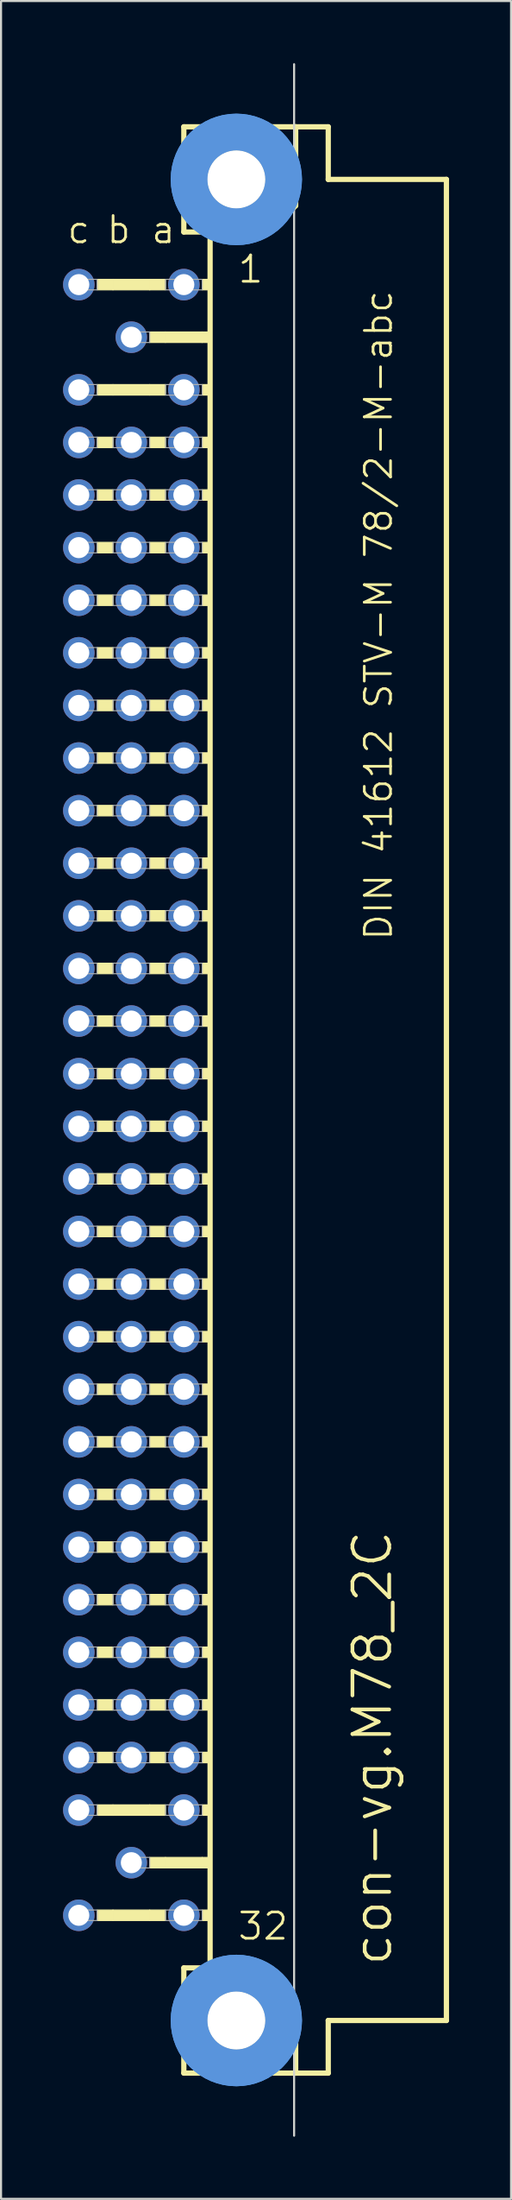
<source format=kicad_pcb>
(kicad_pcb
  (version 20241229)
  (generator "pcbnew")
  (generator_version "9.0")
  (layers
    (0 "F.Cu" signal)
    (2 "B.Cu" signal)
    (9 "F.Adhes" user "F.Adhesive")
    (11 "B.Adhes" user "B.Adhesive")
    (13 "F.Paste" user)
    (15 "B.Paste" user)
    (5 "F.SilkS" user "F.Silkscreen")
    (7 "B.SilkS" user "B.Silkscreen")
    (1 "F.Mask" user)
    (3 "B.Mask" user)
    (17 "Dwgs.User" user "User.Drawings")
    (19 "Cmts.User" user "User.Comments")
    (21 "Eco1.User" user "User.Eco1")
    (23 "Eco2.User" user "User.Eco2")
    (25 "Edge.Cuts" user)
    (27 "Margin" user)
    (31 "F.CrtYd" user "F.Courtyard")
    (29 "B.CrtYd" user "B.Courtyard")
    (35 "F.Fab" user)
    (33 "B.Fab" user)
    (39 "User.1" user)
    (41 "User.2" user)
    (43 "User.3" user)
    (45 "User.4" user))
  (footprint "con-vg.M78_2C"
    (layer "F.Cu")
    (at 8.382 50.063)
    (property "Reference" "con-vg.M78_2C" (at 7.62 41.91 90) (layer "F.SilkS") (effects (font (size 1.778 1.778) (thickness 0.18)) (justify left bottom)))
    (attr through_hole)
    (fp_line (start -2.54 -46.99) (end -2.54 -41.91) (stroke (width 0.254) (type default)) (layer "F.SilkS"))
    (fp_line (start -2.54 -41.91) (end -1.27 -41.91) (stroke (width 0.254) (type default)) (layer "F.SilkS"))
    (fp_line (start -2.54 41.91) (end -2.54 46.99) (stroke (width 0.254) (type default)) (layer "F.SilkS"))
    (fp_line (start -2.54 41.91) (end -1.27 41.91) (stroke (width 0.254) (type default)) (layer "F.SilkS"))
    (fp_line (start -2.54 46.99) (end 2.87 46.99) (stroke (width 0.254) (type default)) (layer "F.SilkS"))
    (fp_line (start -1.27 -41.91) (end -1.27 41.91) (stroke (width 0.254) (type default)) (layer "F.SilkS"))
    (fp_line (start -1.27 -41.91) (end 1.6 -41.91) (stroke (width 0.254) (type default)) (layer "F.SilkS"))
    (fp_line (start -1.27 41.91) (end 1.27 41.91) (stroke (width 0.254) (type default)) (layer "F.SilkS"))
    (fp_line (start 1.6 -41.91) (end 2.87 -43.18) (stroke (width 0.254) (type default)) (layer "F.SilkS"))
    (fp_line (start 2.87 -46.99) (end -2.54 -46.99) (stroke (width 0.254) (type default)) (layer "F.SilkS"))
    (fp_line (start 2.87 -43.18) (end 2.87 -46.99) (stroke (width 0.254) (type default)) (layer "F.SilkS"))
    (fp_line (start 2.87 43.51) (end 1.27 41.91) (stroke (width 0.254) (type default)) (layer "F.SilkS"))
    (fp_line (start 2.87 43.51) (end 2.87 46.99) (stroke (width 0.254) (type default)) (layer "F.SilkS"))
    (fp_line (start 2.87 46.99) (end 4.445 46.99) (stroke (width 0.254) (type default)) (layer "F.SilkS"))
    (fp_line (start 4.445 -46.99) (end 2.87 -46.99) (stroke (width 0.254) (type default)) (layer "F.SilkS"))
    (fp_line (start 4.445 -44.45) (end 4.445 -46.99) (stroke (width 0.254) (type default)) (layer "F.SilkS"))
    (fp_line (start 4.445 44.45) (end 10.16 44.45) (stroke (width 0.254) (type default)) (layer "F.SilkS"))
    (fp_line (start 4.445 46.99) (end 4.445 44.45) (stroke (width 0.254) (type default)) (layer "F.SilkS"))
    (fp_line (start 10.16 -44.45) (end 4.445 -44.45) (stroke (width 0.254) (type default)) (layer "F.SilkS"))
    (fp_line (start 10.16 44.45) (end 10.16 -44.45) (stroke (width 0.254) (type default)) (layer "F.SilkS"))
    (fp_rect (start -6.731 -39.116) (end -5.969 -39.624) (stroke (width 0.05) (type default)) (fill yes) (layer "F.SilkS"))
    (fp_rect (start -6.731 -34.036) (end -5.969 -34.544) (stroke (width 0.05) (type default)) (fill yes) (layer "F.SilkS"))
    (fp_rect (start -6.731 -31.496) (end -5.969 -32.004) (stroke (width 0.05) (type default)) (fill yes) (layer "F.SilkS"))
    (fp_rect (start -6.731 -28.956) (end -5.969 -29.464) (stroke (width 0.05) (type default)) (fill yes) (layer "F.SilkS"))
    (fp_rect (start -6.731 -26.416) (end -5.969 -26.924) (stroke (width 0.05) (type default)) (fill yes) (layer "F.SilkS"))
    (fp_rect (start -6.731 -23.876) (end -5.969 -24.384) (stroke (width 0.05) (type default)) (fill yes) (layer "F.SilkS"))
    (fp_rect (start -6.731 -21.336) (end -5.969 -21.844) (stroke (width 0.05) (type default)) (fill yes) (layer "F.SilkS"))
    (fp_rect (start -6.731 -18.796) (end -5.969 -19.304) (stroke (width 0.05) (type default)) (fill yes) (layer "F.SilkS"))
    (fp_rect (start -6.731 -16.256) (end -5.969 -16.764) (stroke (width 0.05) (type default)) (fill yes) (layer "F.SilkS"))
    (fp_rect (start -6.731 -13.716) (end -5.969 -14.224) (stroke (width 0.05) (type default)) (fill yes) (layer "F.SilkS"))
    (fp_rect (start -6.731 -11.176) (end -5.969 -11.684) (stroke (width 0.05) (type default)) (fill yes) (layer "F.SilkS"))
    (fp_rect (start -6.731 -8.636) (end -5.969 -9.144) (stroke (width 0.05) (type default)) (fill yes) (layer "F.SilkS"))
    (fp_rect (start -6.731 -6.096) (end -5.969 -6.604) (stroke (width 0.05) (type default)) (fill yes) (layer "F.SilkS"))
    (fp_rect (start -6.731 -3.556) (end -5.969 -4.064) (stroke (width 0.05) (type default)) (fill yes) (layer "F.SilkS"))
    (fp_rect (start -6.731 -1.016) (end -5.969 -1.524) (stroke (width 0.05) (type default)) (fill yes) (layer "F.SilkS"))
    (fp_rect (start -6.731 1.524) (end -5.969 1.016) (stroke (width 0.05) (type default)) (fill yes) (layer "F.SilkS"))
    (fp_rect (start -6.731 4.064) (end -5.969 3.556) (stroke (width 0.05) (type default)) (fill yes) (layer "F.SilkS"))
    (fp_rect (start -6.731 6.604) (end -5.969 6.096) (stroke (width 0.05) (type default)) (fill yes) (layer "F.SilkS"))
    (fp_rect (start -6.731 9.144) (end -5.969 8.636) (stroke (width 0.05) (type default)) (fill yes) (layer "F.SilkS"))
    (fp_rect (start -6.731 11.684) (end -5.969 11.176) (stroke (width 0.05) (type default)) (fill yes) (layer "F.SilkS"))
    (fp_rect (start -6.731 14.224) (end -5.969 13.716) (stroke (width 0.05) (type default)) (fill yes) (layer "F.SilkS"))
    (fp_rect (start -6.731 16.764) (end -5.969 16.256) (stroke (width 0.05) (type default)) (fill yes) (layer "F.SilkS"))
    (fp_rect (start -6.731 19.304) (end -5.969 18.796) (stroke (width 0.05) (type default)) (fill yes) (layer "F.SilkS"))
    (fp_rect (start -6.731 21.844) (end -5.969 21.336) (stroke (width 0.05) (type default)) (fill yes) (layer "F.SilkS"))
    (fp_rect (start -6.731 24.384) (end -5.969 23.876) (stroke (width 0.05) (type default)) (fill yes) (layer "F.SilkS"))
    (fp_rect (start -6.731 26.924) (end -5.969 26.416) (stroke (width 0.05) (type default)) (fill yes) (layer "F.SilkS"))
    (fp_rect (start -6.731 29.464) (end -5.969 28.956) (stroke (width 0.05) (type default)) (fill yes) (layer "F.SilkS"))
    (fp_rect (start -6.731 32.004) (end -5.969 31.496) (stroke (width 0.05) (type default)) (fill yes) (layer "F.SilkS"))
    (fp_rect (start -6.731 34.544) (end -5.969 34.036) (stroke (width 0.05) (type default)) (fill yes) (layer "F.SilkS"))
    (fp_rect (start -6.731 39.624) (end -5.969 39.116) (stroke (width 0.05) (type default)) (fill yes) (layer "F.SilkS"))
    (fp_rect (start -5.969 -39.116) (end -4.191 -39.624) (stroke (width 0.05) (type default)) (fill yes) (layer "F.SilkS"))
    (fp_rect (start -5.969 -34.036) (end -4.191 -34.544) (stroke (width 0.05) (type default)) (fill yes) (layer "F.SilkS"))
    (fp_rect (start -5.969 34.544) (end -4.191 34.036) (stroke (width 0.05) (type default)) (fill yes) (layer "F.SilkS"))
    (fp_rect (start -5.969 39.624) (end -4.191 39.116) (stroke (width 0.05) (type default)) (fill yes) (layer "F.SilkS"))
    (fp_rect (start -4.191 -39.116) (end -3.429 -39.624) (stroke (width 0.05) (type default)) (fill yes) (layer "F.SilkS"))
    (fp_rect (start -4.191 -36.576) (end -3.429 -37.084) (stroke (width 0.05) (type default)) (fill yes) (layer "F.SilkS"))
    (fp_rect (start -4.191 -34.036) (end -3.429 -34.544) (stroke (width 0.05) (type default)) (fill yes) (layer "F.SilkS"))
    (fp_rect (start -4.191 -31.496) (end -3.429 -32.004) (stroke (width 0.05) (type default)) (fill yes) (layer "F.SilkS"))
    (fp_rect (start -4.191 -28.956) (end -3.429 -29.464) (stroke (width 0.05) (type default)) (fill yes) (layer "F.SilkS"))
    (fp_rect (start -4.191 -26.416) (end -3.429 -26.924) (stroke (width 0.05) (type default)) (fill yes) (layer "F.SilkS"))
    (fp_rect (start -4.191 -23.876) (end -3.429 -24.384) (stroke (width 0.05) (type default)) (fill yes) (layer "F.SilkS"))
    (fp_rect (start -4.191 -21.336) (end -3.429 -21.844) (stroke (width 0.05) (type default)) (fill yes) (layer "F.SilkS"))
    (fp_rect (start -4.191 -18.796) (end -3.429 -19.304) (stroke (width 0.05) (type default)) (fill yes) (layer "F.SilkS"))
    (fp_rect (start -4.191 -16.256) (end -3.429 -16.764) (stroke (width 0.05) (type default)) (fill yes) (layer "F.SilkS"))
    (fp_rect (start -4.191 -13.716) (end -3.429 -14.224) (stroke (width 0.05) (type default)) (fill yes) (layer "F.SilkS"))
    (fp_rect (start -4.191 -11.176) (end -3.429 -11.684) (stroke (width 0.05) (type default)) (fill yes) (layer "F.SilkS"))
    (fp_rect (start -4.191 -8.636) (end -3.429 -9.144) (stroke (width 0.05) (type default)) (fill yes) (layer "F.SilkS"))
    (fp_rect (start -4.191 -6.096) (end -3.429 -6.604) (stroke (width 0.05) (type default)) (fill yes) (layer "F.SilkS"))
    (fp_rect (start -4.191 -3.556) (end -3.429 -4.064) (stroke (width 0.05) (type default)) (fill yes) (layer "F.SilkS"))
    (fp_rect (start -4.191 -1.016) (end -3.429 -1.524) (stroke (width 0.05) (type default)) (fill yes) (layer "F.SilkS"))
    (fp_rect (start -4.191 1.524) (end -3.429 1.016) (stroke (width 0.05) (type default)) (fill yes) (layer "F.SilkS"))
    (fp_rect (start -4.191 4.064) (end -3.429 3.556) (stroke (width 0.05) (type default)) (fill yes) (layer "F.SilkS"))
    (fp_rect (start -4.191 6.604) (end -3.429 6.096) (stroke (width 0.05) (type default)) (fill yes) (layer "F.SilkS"))
    (fp_rect (start -4.191 9.144) (end -3.429 8.636) (stroke (width 0.05) (type default)) (fill yes) (layer "F.SilkS"))
    (fp_rect (start -4.191 11.684) (end -3.429 11.176) (stroke (width 0.05) (type default)) (fill yes) (layer "F.SilkS"))
    (fp_rect (start -4.191 14.224) (end -3.429 13.716) (stroke (width 0.05) (type default)) (fill yes) (layer "F.SilkS"))
    (fp_rect (start -4.191 16.764) (end -3.429 16.256) (stroke (width 0.05) (type default)) (fill yes) (layer "F.SilkS"))
    (fp_rect (start -4.191 19.304) (end -3.429 18.796) (stroke (width 0.05) (type default)) (fill yes) (layer "F.SilkS"))
    (fp_rect (start -4.191 21.844) (end -3.429 21.336) (stroke (width 0.05) (type default)) (fill yes) (layer "F.SilkS"))
    (fp_rect (start -4.191 24.384) (end -3.429 23.876) (stroke (width 0.05) (type default)) (fill yes) (layer "F.SilkS"))
    (fp_rect (start -4.191 26.924) (end -3.429 26.416) (stroke (width 0.05) (type default)) (fill yes) (layer "F.SilkS"))
    (fp_rect (start -4.191 29.464) (end -3.429 28.956) (stroke (width 0.05) (type default)) (fill yes) (layer "F.SilkS"))
    (fp_rect (start -4.191 32.004) (end -3.429 31.496) (stroke (width 0.05) (type default)) (fill yes) (layer "F.SilkS"))
    (fp_rect (start -4.191 34.544) (end -3.429 34.036) (stroke (width 0.05) (type default)) (fill yes) (layer "F.SilkS"))
    (fp_rect (start -4.191 37.084) (end -3.429 36.576) (stroke (width 0.05) (type default)) (fill yes) (layer "F.SilkS"))
    (fp_rect (start -4.191 39.624) (end -3.429 39.116) (stroke (width 0.05) (type default)) (fill yes) (layer "F.SilkS"))
    (fp_rect (start -3.429 -36.576) (end -1.651 -37.084) (stroke (width 0.05) (type default)) (fill yes) (layer "F.SilkS"))
    (fp_rect (start -3.429 37.084) (end -1.651 36.576) (stroke (width 0.05) (type default)) (fill yes) (layer "F.SilkS"))
    (fp_rect (start -1.651 -39.116) (end -1.27 -39.624) (stroke (width 0.05) (type default)) (fill yes) (layer "F.SilkS"))
    (fp_rect (start -1.651 -36.576) (end -1.27 -37.084) (stroke (width 0.05) (type default)) (fill yes) (layer "F.SilkS"))
    (fp_rect (start -1.651 -34.036) (end -1.27 -34.544) (stroke (width 0.05) (type default)) (fill yes) (layer "F.SilkS"))
    (fp_rect (start -1.651 -31.496) (end -1.27 -32.004) (stroke (width 0.05) (type default)) (fill yes) (layer "F.SilkS"))
    (fp_rect (start -1.651 -28.956) (end -1.27 -29.464) (stroke (width 0.05) (type default)) (fill yes) (layer "F.SilkS"))
    (fp_rect (start -1.651 -26.416) (end -1.27 -26.924) (stroke (width 0.05) (type default)) (fill yes) (layer "F.SilkS"))
    (fp_rect (start -1.651 -23.876) (end -1.27 -24.384) (stroke (width 0.05) (type default)) (fill yes) (layer "F.SilkS"))
    (fp_rect (start -1.651 -21.336) (end -1.27 -21.844) (stroke (width 0.05) (type default)) (fill yes) (layer "F.SilkS"))
    (fp_rect (start -1.651 -18.796) (end -1.27 -19.304) (stroke (width 0.05) (type default)) (fill yes) (layer "F.SilkS"))
    (fp_rect (start -1.651 -16.256) (end -1.27 -16.764) (stroke (width 0.05) (type default)) (fill yes) (layer "F.SilkS"))
    (fp_rect (start -1.651 -13.716) (end -1.27 -14.224) (stroke (width 0.05) (type default)) (fill yes) (layer "F.SilkS"))
    (fp_rect (start -1.651 -11.176) (end -1.27 -11.684) (stroke (width 0.05) (type default)) (fill yes) (layer "F.SilkS"))
    (fp_rect (start -1.651 -8.636) (end -1.27 -9.144) (stroke (width 0.05) (type default)) (fill yes) (layer "F.SilkS"))
    (fp_rect (start -1.651 -6.096) (end -1.27 -6.604) (stroke (width 0.05) (type default)) (fill yes) (layer "F.SilkS"))
    (fp_rect (start -1.651 -3.556) (end -1.27 -4.064) (stroke (width 0.05) (type default)) (fill yes) (layer "F.SilkS"))
    (fp_rect (start -1.651 -1.016) (end -1.27 -1.524) (stroke (width 0.05) (type default)) (fill yes) (layer "F.SilkS"))
    (fp_rect (start -1.651 1.524) (end -1.27 1.016) (stroke (width 0.05) (type default)) (fill yes) (layer "F.SilkS"))
    (fp_rect (start -1.651 4.064) (end -1.27 3.556) (stroke (width 0.05) (type default)) (fill yes) (layer "F.SilkS"))
    (fp_rect (start -1.651 6.604) (end -1.27 6.096) (stroke (width 0.05) (type default)) (fill yes) (layer "F.SilkS"))
    (fp_rect (start -1.651 9.144) (end -1.27 8.636) (stroke (width 0.05) (type default)) (fill yes) (layer "F.SilkS"))
    (fp_rect (start -1.651 11.684) (end -1.27 11.176) (stroke (width 0.05) (type default)) (fill yes) (layer "F.SilkS"))
    (fp_rect (start -1.651 14.224) (end -1.27 13.716) (stroke (width 0.05) (type default)) (fill yes) (layer "F.SilkS"))
    (fp_rect (start -1.651 16.764) (end -1.27 16.256) (stroke (width 0.05) (type default)) (fill yes) (layer "F.SilkS"))
    (fp_rect (start -1.651 19.304) (end -1.27 18.796) (stroke (width 0.05) (type default)) (fill yes) (layer "F.SilkS"))
    (fp_rect (start -1.651 21.844) (end -1.27 21.336) (stroke (width 0.05) (type default)) (fill yes) (layer "F.SilkS"))
    (fp_rect (start -1.651 24.384) (end -1.27 23.876) (stroke (width 0.05) (type default)) (fill yes) (layer "F.SilkS"))
    (fp_rect (start -1.651 26.924) (end -1.27 26.416) (stroke (width 0.05) (type default)) (fill yes) (layer "F.SilkS"))
    (fp_rect (start -1.651 29.464) (end -1.27 28.956) (stroke (width 0.05) (type default)) (fill yes) (layer "F.SilkS"))
    (fp_rect (start -1.651 32.004) (end -1.27 31.496) (stroke (width 0.05) (type default)) (fill yes) (layer "F.SilkS"))
    (fp_rect (start -1.651 34.544) (end -1.27 34.036) (stroke (width 0.05) (type default)) (fill yes) (layer "F.SilkS"))
    (fp_rect (start -1.651 37.084) (end -1.27 36.576) (stroke (width 0.05) (type default)) (fill yes) (layer "F.SilkS"))
    (fp_rect (start -1.651 39.624) (end -1.27 39.116) (stroke (width 0.05) (type default)) (fill yes) (layer "F.SilkS"))
    (fp_circle (center 0 -44.45) (end 1.27 -44.45) (stroke (width 0.254) (type default)) (fill no) (layer "F.SilkS"))
    (fp_circle (center 0 44.45) (end 1.27 44.45) (stroke (width 0.254) (type default)) (fill no) (layer "F.SilkS"))
    (fp_circle (center 0 -44.45) (end 2.286 -44.45) (stroke (width 1.778) (type default)) (fill no) (layer "Cmts.User"))
    (fp_circle (center 0 -44.45) (end 2.286 -44.45) (stroke (width 1.778) (type default)) (fill no) (layer "Cmts.User"))
    (fp_circle (center 0 44.45) (end 2.286 44.45) (stroke (width 1.778) (type default)) (fill no) (layer "Cmts.User"))
    (fp_circle (center 0 44.45) (end 2.286 44.45) (stroke (width 1.778) (type default)) (fill no) (layer "Cmts.User"))
    (fp_line (start 2.794 50.013) (end 2.794 -50.013) (stroke (width 0.1) (type default)) (layer "Edge.Cuts"))
    (fp_rect (start -7.874 -39.116) (end -6.731 -39.624) (stroke (width 0.05) (type default)) (fill no) (layer "F.Fab"))
    (fp_rect (start -7.874 -34.036) (end -6.731 -34.544) (stroke (width 0.05) (type default)) (fill no) (layer "F.Fab"))
    (fp_rect (start -7.874 -31.496) (end -6.731 -32.004) (stroke (width 0.05) (type default)) (fill no) (layer "F.Fab"))
    (fp_rect (start -7.874 -28.956) (end -6.731 -29.464) (stroke (width 0.05) (type default)) (fill no) (layer "F.Fab"))
    (fp_rect (start -7.874 -26.416) (end -6.731 -26.924) (stroke (width 0.05) (type default)) (fill no) (layer "F.Fab"))
    (fp_rect (start -7.874 -23.876) (end -6.731 -24.384) (stroke (width 0.05) (type default)) (fill no) (layer "F.Fab"))
    (fp_rect (start -7.874 -21.336) (end -6.731 -21.844) (stroke (width 0.05) (type default)) (fill no) (layer "F.Fab"))
    (fp_rect (start -7.874 -18.796) (end -6.731 -19.304) (stroke (width 0.05) (type default)) (fill no) (layer "F.Fab"))
    (fp_rect (start -7.874 -16.256) (end -6.731 -16.764) (stroke (width 0.05) (type default)) (fill no) (layer "F.Fab"))
    (fp_rect (start -7.874 -13.716) (end -6.731 -14.224) (stroke (width 0.05) (type default)) (fill no) (layer "F.Fab"))
    (fp_rect (start -7.874 -11.176) (end -6.731 -11.684) (stroke (width 0.05) (type default)) (fill no) (layer "F.Fab"))
    (fp_rect (start -7.874 -8.636) (end -6.731 -9.144) (stroke (width 0.05) (type default)) (fill no) (layer "F.Fab"))
    (fp_rect (start -7.874 -6.096) (end -6.731 -6.604) (stroke (width 0.05) (type default)) (fill no) (layer "F.Fab"))
    (fp_rect (start -7.874 -3.556) (end -6.731 -4.064) (stroke (width 0.05) (type default)) (fill no) (layer "F.Fab"))
    (fp_rect (start -7.874 -1.016) (end -6.731 -1.524) (stroke (width 0.05) (type default)) (fill no) (layer "F.Fab"))
    (fp_rect (start -7.874 1.524) (end -6.731 1.016) (stroke (width 0.05) (type default)) (fill no) (layer "F.Fab"))
    (fp_rect (start -7.874 4.064) (end -6.731 3.556) (stroke (width 0.05) (type default)) (fill no) (layer "F.Fab"))
    (fp_rect (start -7.874 6.604) (end -6.731 6.096) (stroke (width 0.05) (type default)) (fill no) (layer "F.Fab"))
    (fp_rect (start -7.874 9.144) (end -6.731 8.636) (stroke (width 0.05) (type default)) (fill no) (layer "F.Fab"))
    (fp_rect (start -7.874 11.684) (end -6.731 11.176) (stroke (width 0.05) (type default)) (fill no) (layer "F.Fab"))
    (fp_rect (start -7.874 14.224) (end -6.731 13.716) (stroke (width 0.05) (type default)) (fill no) (layer "F.Fab"))
    (fp_rect (start -7.874 16.764) (end -6.731 16.256) (stroke (width 0.05) (type default)) (fill no) (layer "F.Fab"))
    (fp_rect (start -7.874 19.304) (end -6.731 18.796) (stroke (width 0.05) (type default)) (fill no) (layer "F.Fab"))
    (fp_rect (start -7.874 21.844) (end -6.731 21.336) (stroke (width 0.05) (type default)) (fill no) (layer "F.Fab"))
    (fp_rect (start -7.874 24.384) (end -6.731 23.876) (stroke (width 0.05) (type default)) (fill no) (layer "F.Fab"))
    (fp_rect (start -7.874 26.924) (end -6.731 26.416) (stroke (width 0.05) (type default)) (fill no) (layer "F.Fab"))
    (fp_rect (start -7.874 29.464) (end -6.731 28.956) (stroke (width 0.05) (type default)) (fill no) (layer "F.Fab"))
    (fp_rect (start -7.874 32.004) (end -6.731 31.496) (stroke (width 0.05) (type default)) (fill no) (layer "F.Fab"))
    (fp_rect (start -7.874 34.544) (end -6.731 34.036) (stroke (width 0.05) (type default)) (fill no) (layer "F.Fab"))
    (fp_rect (start -7.874 39.624) (end -6.731 39.116) (stroke (width 0.05) (type default)) (fill no) (layer "F.Fab"))
    (fp_rect (start -5.969 -31.496) (end -4.191 -32.004) (stroke (width 0.05) (type default)) (fill no) (layer "F.Fab"))
    (fp_rect (start -5.969 -28.956) (end -4.191 -29.464) (stroke (width 0.05) (type default)) (fill no) (layer "F.Fab"))
    (fp_rect (start -5.969 -26.416) (end -4.191 -26.924) (stroke (width 0.05) (type default)) (fill no) (layer "F.Fab"))
    (fp_rect (start -5.969 -23.876) (end -4.191 -24.384) (stroke (width 0.05) (type default)) (fill no) (layer "F.Fab"))
    (fp_rect (start -5.969 -21.336) (end -4.191 -21.844) (stroke (width 0.05) (type default)) (fill no) (layer "F.Fab"))
    (fp_rect (start -5.969 -18.796) (end -4.191 -19.304) (stroke (width 0.05) (type default)) (fill no) (layer "F.Fab"))
    (fp_rect (start -5.969 -16.256) (end -4.191 -16.764) (stroke (width 0.05) (type default)) (fill no) (layer "F.Fab"))
    (fp_rect (start -5.969 -13.716) (end -4.191 -14.224) (stroke (width 0.05) (type default)) (fill no) (layer "F.Fab"))
    (fp_rect (start -5.969 -11.176) (end -4.191 -11.684) (stroke (width 0.05) (type default)) (fill no) (layer "F.Fab"))
    (fp_rect (start -5.969 -8.636) (end -4.191 -9.144) (stroke (width 0.05) (type default)) (fill no) (layer "F.Fab"))
    (fp_rect (start -5.969 -6.096) (end -4.191 -6.604) (stroke (width 0.05) (type default)) (fill no) (layer "F.Fab"))
    (fp_rect (start -5.969 -3.556) (end -4.191 -4.064) (stroke (width 0.05) (type default)) (fill no) (layer "F.Fab"))
    (fp_rect (start -5.969 -1.016) (end -4.191 -1.524) (stroke (width 0.05) (type default)) (fill no) (layer "F.Fab"))
    (fp_rect (start -5.969 1.524) (end -4.191 1.016) (stroke (width 0.05) (type default)) (fill no) (layer "F.Fab"))
    (fp_rect (start -5.969 4.064) (end -4.191 3.556) (stroke (width 0.05) (type default)) (fill no) (layer "F.Fab"))
    (fp_rect (start -5.969 6.604) (end -4.191 6.096) (stroke (width 0.05) (type default)) (fill no) (layer "F.Fab"))
    (fp_rect (start -5.969 9.144) (end -4.191 8.636) (stroke (width 0.05) (type default)) (fill no) (layer "F.Fab"))
    (fp_rect (start -5.969 11.684) (end -4.191 11.176) (stroke (width 0.05) (type default)) (fill no) (layer "F.Fab"))
    (fp_rect (start -5.969 14.224) (end -4.191 13.716) (stroke (width 0.05) (type default)) (fill no) (layer "F.Fab"))
    (fp_rect (start -5.969 16.764) (end -4.191 16.256) (stroke (width 0.05) (type default)) (fill no) (layer "F.Fab"))
    (fp_rect (start -5.969 19.304) (end -4.191 18.796) (stroke (width 0.05) (type default)) (fill no) (layer "F.Fab"))
    (fp_rect (start -5.969 21.844) (end -4.191 21.336) (stroke (width 0.05) (type default)) (fill no) (layer "F.Fab"))
    (fp_rect (start -5.969 24.384) (end -4.191 23.876) (stroke (width 0.05) (type default)) (fill no) (layer "F.Fab"))
    (fp_rect (start -5.969 26.924) (end -4.191 26.416) (stroke (width 0.05) (type default)) (fill no) (layer "F.Fab"))
    (fp_rect (start -5.969 29.464) (end -4.191 28.956) (stroke (width 0.05) (type default)) (fill no) (layer "F.Fab"))
    (fp_rect (start -5.969 32.004) (end -4.191 31.496) (stroke (width 0.05) (type default)) (fill no) (layer "F.Fab"))
    (fp_rect (start -5.334 -36.576) (end -4.191 -37.084) (stroke (width 0.05) (type default)) (fill no) (layer "F.Fab"))
    (fp_rect (start -5.334 37.084) (end -4.191 36.576) (stroke (width 0.05) (type default)) (fill no) (layer "F.Fab"))
    (fp_rect (start -3.429 -39.116) (end -1.651 -39.624) (stroke (width 0.05) (type default)) (fill no) (layer "F.Fab"))
    (fp_rect (start -3.429 -34.036) (end -1.651 -34.544) (stroke (width 0.05) (type default)) (fill no) (layer "F.Fab"))
    (fp_rect (start -3.429 -31.496) (end -1.651 -32.004) (stroke (width 0.05) (type default)) (fill no) (layer "F.Fab"))
    (fp_rect (start -3.429 -28.956) (end -1.651 -29.464) (stroke (width 0.05) (type default)) (fill no) (layer "F.Fab"))
    (fp_rect (start -3.429 -26.416) (end -1.651 -26.924) (stroke (width 0.05) (type default)) (fill no) (layer "F.Fab"))
    (fp_rect (start -3.429 -23.876) (end -1.651 -24.384) (stroke (width 0.05) (type default)) (fill no) (layer "F.Fab"))
    (fp_rect (start -3.429 -21.336) (end -1.651 -21.844) (stroke (width 0.05) (type default)) (fill no) (layer "F.Fab"))
    (fp_rect (start -3.429 -18.796) (end -1.651 -19.304) (stroke (width 0.05) (type default)) (fill no) (layer "F.Fab"))
    (fp_rect (start -3.429 -16.256) (end -1.651 -16.764) (stroke (width 0.05) (type default)) (fill no) (layer "F.Fab"))
    (fp_rect (start -3.429 -13.716) (end -1.651 -14.224) (stroke (width 0.05) (type default)) (fill no) (layer "F.Fab"))
    (fp_rect (start -3.429 -11.176) (end -1.651 -11.684) (stroke (width 0.05) (type default)) (fill no) (layer "F.Fab"))
    (fp_rect (start -3.429 -8.636) (end -1.651 -9.144) (stroke (width 0.05) (type default)) (fill no) (layer "F.Fab"))
    (fp_rect (start -3.429 -6.096) (end -1.651 -6.604) (stroke (width 0.05) (type default)) (fill no) (layer "F.Fab"))
    (fp_rect (start -3.429 -3.556) (end -1.651 -4.064) (stroke (width 0.05) (type default)) (fill no) (layer "F.Fab"))
    (fp_rect (start -3.429 -1.016) (end -1.651 -1.524) (stroke (width 0.05) (type default)) (fill no) (layer "F.Fab"))
    (fp_rect (start -3.429 1.524) (end -1.651 1.016) (stroke (width 0.05) (type default)) (fill no) (layer "F.Fab"))
    (fp_rect (start -3.429 4.064) (end -1.651 3.556) (stroke (width 0.05) (type default)) (fill no) (layer "F.Fab"))
    (fp_rect (start -3.429 6.604) (end -1.651 6.096) (stroke (width 0.05) (type default)) (fill no) (layer "F.Fab"))
    (fp_rect (start -3.429 9.144) (end -1.651 8.636) (stroke (width 0.05) (type default)) (fill no) (layer "F.Fab"))
    (fp_rect (start -3.429 11.684) (end -1.651 11.176) (stroke (width 0.05) (type default)) (fill no) (layer "F.Fab"))
    (fp_rect (start -3.429 14.224) (end -1.651 13.716) (stroke (width 0.05) (type default)) (fill no) (layer "F.Fab"))
    (fp_rect (start -3.429 16.764) (end -1.651 16.256) (stroke (width 0.05) (type default)) (fill no) (layer "F.Fab"))
    (fp_rect (start -3.429 19.304) (end -1.651 18.796) (stroke (width 0.05) (type default)) (fill no) (layer "F.Fab"))
    (fp_rect (start -3.429 21.844) (end -1.651 21.336) (stroke (width 0.05) (type default)) (fill no) (layer "F.Fab"))
    (fp_rect (start -3.429 24.384) (end -1.651 23.876) (stroke (width 0.05) (type default)) (fill no) (layer "F.Fab"))
    (fp_rect (start -3.429 26.924) (end -1.651 26.416) (stroke (width 0.05) (type default)) (fill no) (layer "F.Fab"))
    (fp_rect (start -3.429 29.464) (end -1.651 28.956) (stroke (width 0.05) (type default)) (fill no) (layer "F.Fab"))
    (fp_rect (start -3.429 32.004) (end -1.651 31.496) (stroke (width 0.05) (type default)) (fill no) (layer "F.Fab"))
    (fp_rect (start -3.429 34.544) (end -1.651 34.036) (stroke (width 0.05) (type default)) (fill no) (layer "F.Fab"))
    (fp_rect (start -3.429 39.624) (end -1.651 39.116) (stroke (width 0.05) (type default)) (fill no) (layer "F.Fab"))
    (fp_text user "a" (at -4.191 -41.275 0) (layer "F.SilkS") (effects (font (size 1.27 1.27) (thickness 0.13)) (justify left bottom)))
    (fp_text user "DIN 41612 STV-M 78/2-M-abc" (at 7.62 -7.62 90) (layer "F.SilkS") (effects (font (size 1.27 1.27) (thickness 0.13)) (justify left bottom)))
    (fp_text user "b" (at -6.35 -41.275 0) (layer "F.SilkS") (effects (font (size 1.27 1.27) (thickness 0.13)) (justify left bottom)))
    (fp_text user "1" (at 0 -39.37 0) (layer "F.SilkS") (effects (font (size 1.27 1.27) (thickness 0.13)) (justify left bottom)))
    (fp_text user "32" (at 0 40.64 0) (layer "F.SilkS") (effects (font (size 1.27 1.27) (thickness 0.13)) (justify left bottom)))
    (fp_text user "c" (at -8.255 -41.275 0) (layer "F.SilkS") (effects (font (size 1.27 1.27) (thickness 0.13)) (justify left bottom)))
    (pad "" np_thru_hole circle (at 0 -44.45) (size 2.794 2.794) (drill 2.794) (layers "*.Cu" "*.Mask"))
    (pad "" np_thru_hole circle (at 0 44.45) (size 2.794 2.794) (drill 2.794) (layers "*.Cu" "*.Mask"))
    (pad "A1" thru_hole circle (at -2.54 -39.37) (size 1.524 1.524) (drill 1.016) (layers "*.Cu" "*.Mask"))
    (pad "A3" thru_hole circle (at -2.54 -34.29) (size 1.524 1.524) (drill 1.016) (layers "*.Cu" "*.Mask"))
    (pad "A4" thru_hole circle (at -2.54 -31.75) (size 1.524 1.524) (drill 1.016) (layers "*.Cu" "*.Mask"))
    (pad "A5" thru_hole circle (at -2.54 -29.21) (size 1.524 1.524) (drill 1.016) (layers "*.Cu" "*.Mask"))
    (pad "A6" thru_hole circle (at -2.54 -26.67) (size 1.524 1.524) (drill 1.016) (layers "*.Cu" "*.Mask"))
    (pad "A7" thru_hole circle (at -2.54 -24.13) (size 1.524 1.524) (drill 1.016) (layers "*.Cu" "*.Mask"))
    (pad "A8" thru_hole circle (at -2.54 -21.59) (size 1.524 1.524) (drill 1.016) (layers "*.Cu" "*.Mask"))
    (pad "A9" thru_hole circle (at -2.54 -19.05) (size 1.524 1.524) (drill 1.016) (layers "*.Cu" "*.Mask"))
    (pad "A10" thru_hole circle (at -2.54 -16.51) (size 1.524 1.524) (drill 1.016) (layers "*.Cu" "*.Mask"))
    (pad "A11" thru_hole circle (at -2.54 -13.97) (size 1.524 1.524) (drill 1.016) (layers "*.Cu" "*.Mask"))
    (pad "A12" thru_hole circle (at -2.54 -11.43) (size 1.524 1.524) (drill 1.016) (layers "*.Cu" "*.Mask"))
    (pad "A13" thru_hole circle (at -2.54 -8.89) (size 1.524 1.524) (drill 1.016) (layers "*.Cu" "*.Mask"))
    (pad "A14" thru_hole circle (at -2.54 -6.35) (size 1.524 1.524) (drill 1.016) (layers "*.Cu" "*.Mask"))
    (pad "A15" thru_hole circle (at -2.54 -3.81) (size 1.524 1.524) (drill 1.016) (layers "*.Cu" "*.Mask"))
    (pad "A16" thru_hole circle (at -2.54 -1.27) (size 1.524 1.524) (drill 1.016) (layers "*.Cu" "*.Mask"))
    (pad "A17" thru_hole circle (at -2.54 1.27) (size 1.524 1.524) (drill 1.016) (layers "*.Cu" "*.Mask"))
    (pad "A18" thru_hole circle (at -2.54 3.81) (size 1.524 1.524) (drill 1.016) (layers "*.Cu" "*.Mask"))
    (pad "A19" thru_hole circle (at -2.54 6.35) (size 1.524 1.524) (drill 1.016) (layers "*.Cu" "*.Mask"))
    (pad "A20" thru_hole circle (at -2.54 8.89) (size 1.524 1.524) (drill 1.016) (layers "*.Cu" "*.Mask"))
    (pad "A21" thru_hole circle (at -2.54 11.43) (size 1.524 1.524) (drill 1.016) (layers "*.Cu" "*.Mask"))
    (pad "A22" thru_hole circle (at -2.54 13.97) (size 1.524 1.524) (drill 1.016) (layers "*.Cu" "*.Mask"))
    (pad "A23" thru_hole circle (at -2.54 16.51) (size 1.524 1.524) (drill 1.016) (layers "*.Cu" "*.Mask"))
    (pad "A24" thru_hole circle (at -2.54 19.05) (size 1.524 1.524) (drill 1.016) (layers "*.Cu" "*.Mask"))
    (pad "A25" thru_hole circle (at -2.54 21.59) (size 1.524 1.524) (drill 1.016) (layers "*.Cu" "*.Mask"))
    (pad "A26" thru_hole circle (at -2.54 24.13) (size 1.524 1.524) (drill 1.016) (layers "*.Cu" "*.Mask"))
    (pad "A27" thru_hole circle (at -2.54 26.67) (size 1.524 1.524) (drill 1.016) (layers "*.Cu" "*.Mask"))
    (pad "A28" thru_hole circle (at -2.54 29.21) (size 1.524 1.524) (drill 1.016) (layers "*.Cu" "*.Mask"))
    (pad "A29" thru_hole circle (at -2.54 31.75) (size 1.524 1.524) (drill 1.016) (layers "*.Cu" "*.Mask"))
    (pad "A30" thru_hole circle (at -2.54 34.29) (size 1.524 1.524) (drill 1.016) (layers "*.Cu" "*.Mask"))
    (pad "A32" thru_hole circle (at -2.54 39.37) (size 1.524 1.524) (drill 1.016) (layers "*.Cu" "*.Mask"))
    (pad "B2" thru_hole circle (at -5.08 -36.83) (size 1.524 1.524) (drill 1.016) (layers "*.Cu" "*.Mask"))
    (pad "B4" thru_hole circle (at -5.08 -31.75) (size 1.524 1.524) (drill 1.016) (layers "*.Cu" "*.Mask"))
    (pad "B5" thru_hole circle (at -5.08 -29.21) (size 1.524 1.524) (drill 1.016) (layers "*.Cu" "*.Mask"))
    (pad "B6" thru_hole circle (at -5.08 -26.67) (size 1.524 1.524) (drill 1.016) (layers "*.Cu" "*.Mask"))
    (pad "B7" thru_hole circle (at -5.08 -24.13) (size 1.524 1.524) (drill 1.016) (layers "*.Cu" "*.Mask"))
    (pad "B8" thru_hole circle (at -5.08 -21.59) (size 1.524 1.524) (drill 1.016) (layers "*.Cu" "*.Mask"))
    (pad "B9" thru_hole circle (at -5.08 -19.05) (size 1.524 1.524) (drill 1.016) (layers "*.Cu" "*.Mask"))
    (pad "B10" thru_hole circle (at -5.08 -16.51) (size 1.524 1.524) (drill 1.016) (layers "*.Cu" "*.Mask"))
    (pad "B11" thru_hole circle (at -5.08 -13.97) (size 1.524 1.524) (drill 1.016) (layers "*.Cu" "*.Mask"))
    (pad "B12" thru_hole circle (at -5.08 -11.43) (size 1.524 1.524) (drill 1.016) (layers "*.Cu" "*.Mask"))
    (pad "B13" thru_hole circle (at -5.08 -8.89) (size 1.524 1.524) (drill 1.016) (layers "*.Cu" "*.Mask"))
    (pad "B14" thru_hole circle (at -5.08 -6.35) (size 1.524 1.524) (drill 1.016) (layers "*.Cu" "*.Mask"))
    (pad "B15" thru_hole circle (at -5.08 -3.81) (size 1.524 1.524) (drill 1.016) (layers "*.Cu" "*.Mask"))
    (pad "B16" thru_hole circle (at -5.08 -1.27) (size 1.524 1.524) (drill 1.016) (layers "*.Cu" "*.Mask"))
    (pad "B17" thru_hole circle (at -5.08 1.27) (size 1.524 1.524) (drill 1.016) (layers "*.Cu" "*.Mask"))
    (pad "B18" thru_hole circle (at -5.08 3.81) (size 1.524 1.524) (drill 1.016) (layers "*.Cu" "*.Mask"))
    (pad "B19" thru_hole circle (at -5.08 6.35) (size 1.524 1.524) (drill 1.016) (layers "*.Cu" "*.Mask"))
    (pad "B20" thru_hole circle (at -5.08 8.89) (size 1.524 1.524) (drill 1.016) (layers "*.Cu" "*.Mask"))
    (pad "B21" thru_hole circle (at -5.08 11.43) (size 1.524 1.524) (drill 1.016) (layers "*.Cu" "*.Mask"))
    (pad "B22" thru_hole circle (at -5.08 13.97) (size 1.524 1.524) (drill 1.016) (layers "*.Cu" "*.Mask"))
    (pad "B23" thru_hole circle (at -5.08 16.51) (size 1.524 1.524) (drill 1.016) (layers "*.Cu" "*.Mask"))
    (pad "B24" thru_hole circle (at -5.08 19.05) (size 1.524 1.524) (drill 1.016) (layers "*.Cu" "*.Mask"))
    (pad "B25" thru_hole circle (at -5.08 21.59) (size 1.524 1.524) (drill 1.016) (layers "*.Cu" "*.Mask"))
    (pad "B26" thru_hole circle (at -5.08 24.13) (size 1.524 1.524) (drill 1.016) (layers "*.Cu" "*.Mask"))
    (pad "B27" thru_hole circle (at -5.08 26.67) (size 1.524 1.524) (drill 1.016) (layers "*.Cu" "*.Mask"))
    (pad "B28" thru_hole circle (at -5.08 29.21) (size 1.524 1.524) (drill 1.016) (layers "*.Cu" "*.Mask"))
    (pad "B29" thru_hole circle (at -5.08 31.75) (size 1.524 1.524) (drill 1.016) (layers "*.Cu" "*.Mask"))
    (pad "B31" thru_hole circle (at -5.08 36.83) (size 1.524 1.524) (drill 1.016) (layers "*.Cu" "*.Mask"))
    (pad "C1" thru_hole circle (at -7.62 -39.37) (size 1.524 1.524) (drill 1.016) (layers "*.Cu" "*.Mask"))
    (pad "C3" thru_hole circle (at -7.62 -34.29) (size 1.524 1.524) (drill 1.016) (layers "*.Cu" "*.Mask"))
    (pad "C4" thru_hole circle (at -7.62 -31.75) (size 1.524 1.524) (drill 1.016) (layers "*.Cu" "*.Mask"))
    (pad "C5" thru_hole circle (at -7.62 -29.21) (size 1.524 1.524) (drill 1.016) (layers "*.Cu" "*.Mask"))
    (pad "C6" thru_hole circle (at -7.62 -26.67) (size 1.524 1.524) (drill 1.016) (layers "*.Cu" "*.Mask"))
    (pad "C7" thru_hole circle (at -7.62 -24.13) (size 1.524 1.524) (drill 1.016) (layers "*.Cu" "*.Mask"))
    (pad "C8" thru_hole circle (at -7.62 -21.59) (size 1.524 1.524) (drill 1.016) (layers "*.Cu" "*.Mask"))
    (pad "C9" thru_hole circle (at -7.62 -19.05) (size 1.524 1.524) (drill 1.016) (layers "*.Cu" "*.Mask"))
    (pad "C10" thru_hole circle (at -7.62 -16.51) (size 1.524 1.524) (drill 1.016) (layers "*.Cu" "*.Mask"))
    (pad "C11" thru_hole circle (at -7.62 -13.97) (size 1.524 1.524) (drill 1.016) (layers "*.Cu" "*.Mask"))
    (pad "C12" thru_hole circle (at -7.62 -11.43) (size 1.524 1.524) (drill 1.016) (layers "*.Cu" "*.Mask"))
    (pad "C13" thru_hole circle (at -7.62 -8.89) (size 1.524 1.524) (drill 1.016) (layers "*.Cu" "*.Mask"))
    (pad "C14" thru_hole circle (at -7.62 -6.35) (size 1.524 1.524) (drill 1.016) (layers "*.Cu" "*.Mask"))
    (pad "C15" thru_hole circle (at -7.62 -3.81) (size 1.524 1.524) (drill 1.016) (layers "*.Cu" "*.Mask"))
    (pad "C16" thru_hole circle (at -7.62 -1.27) (size 1.524 1.524) (drill 1.016) (layers "*.Cu" "*.Mask"))
    (pad "C17" thru_hole circle (at -7.62 1.27) (size 1.524 1.524) (drill 1.016) (layers "*.Cu" "*.Mask"))
    (pad "C18" thru_hole circle (at -7.62 3.81) (size 1.524 1.524) (drill 1.016) (layers "*.Cu" "*.Mask"))
    (pad "C19" thru_hole circle (at -7.62 6.35) (size 1.524 1.524) (drill 1.016) (layers "*.Cu" "*.Mask"))
    (pad "C20" thru_hole circle (at -7.62 8.89) (size 1.524 1.524) (drill 1.016) (layers "*.Cu" "*.Mask"))
    (pad "C21" thru_hole circle (at -7.62 11.43) (size 1.524 1.524) (drill 1.016) (layers "*.Cu" "*.Mask"))
    (pad "C22" thru_hole circle (at -7.62 13.97) (size 1.524 1.524) (drill 1.016) (layers "*.Cu" "*.Mask"))
    (pad "C23" thru_hole circle (at -7.62 16.51) (size 1.524 1.524) (drill 1.016) (layers "*.Cu" "*.Mask"))
    (pad "C24" thru_hole circle (at -7.62 19.05) (size 1.524 1.524) (drill 1.016) (layers "*.Cu" "*.Mask"))
    (pad "C25" thru_hole circle (at -7.62 21.59) (size 1.524 1.524) (drill 1.016) (layers "*.Cu" "*.Mask"))
    (pad "C26" thru_hole circle (at -7.62 24.13) (size 1.524 1.524) (drill 1.016) (layers "*.Cu" "*.Mask"))
    (pad "C27" thru_hole circle (at -7.62 26.67) (size 1.524 1.524) (drill 1.016) (layers "*.Cu" "*.Mask"))
    (pad "C28" thru_hole circle (at -7.62 29.21) (size 1.524 1.524) (drill 1.016) (layers "*.Cu" "*.Mask"))
    (pad "C29" thru_hole circle (at -7.62 31.75) (size 1.524 1.524) (drill 1.016) (layers "*.Cu" "*.Mask"))
    (pad "C30" thru_hole circle (at -7.62 34.29) (size 1.524 1.524) (drill 1.016) (layers "*.Cu" "*.Mask"))
    (pad "C32" thru_hole circle (at -7.62 39.37) (size 1.524 1.524) (drill 1.016) (layers "*.Cu" "*.Mask")))
  (gr_rect
    (start -3 -3)
    (end 21.669 103.125)
    (stroke (width 0.1) (type default))
    (fill no)
    (layer "Edge.Cuts")))
</source>
